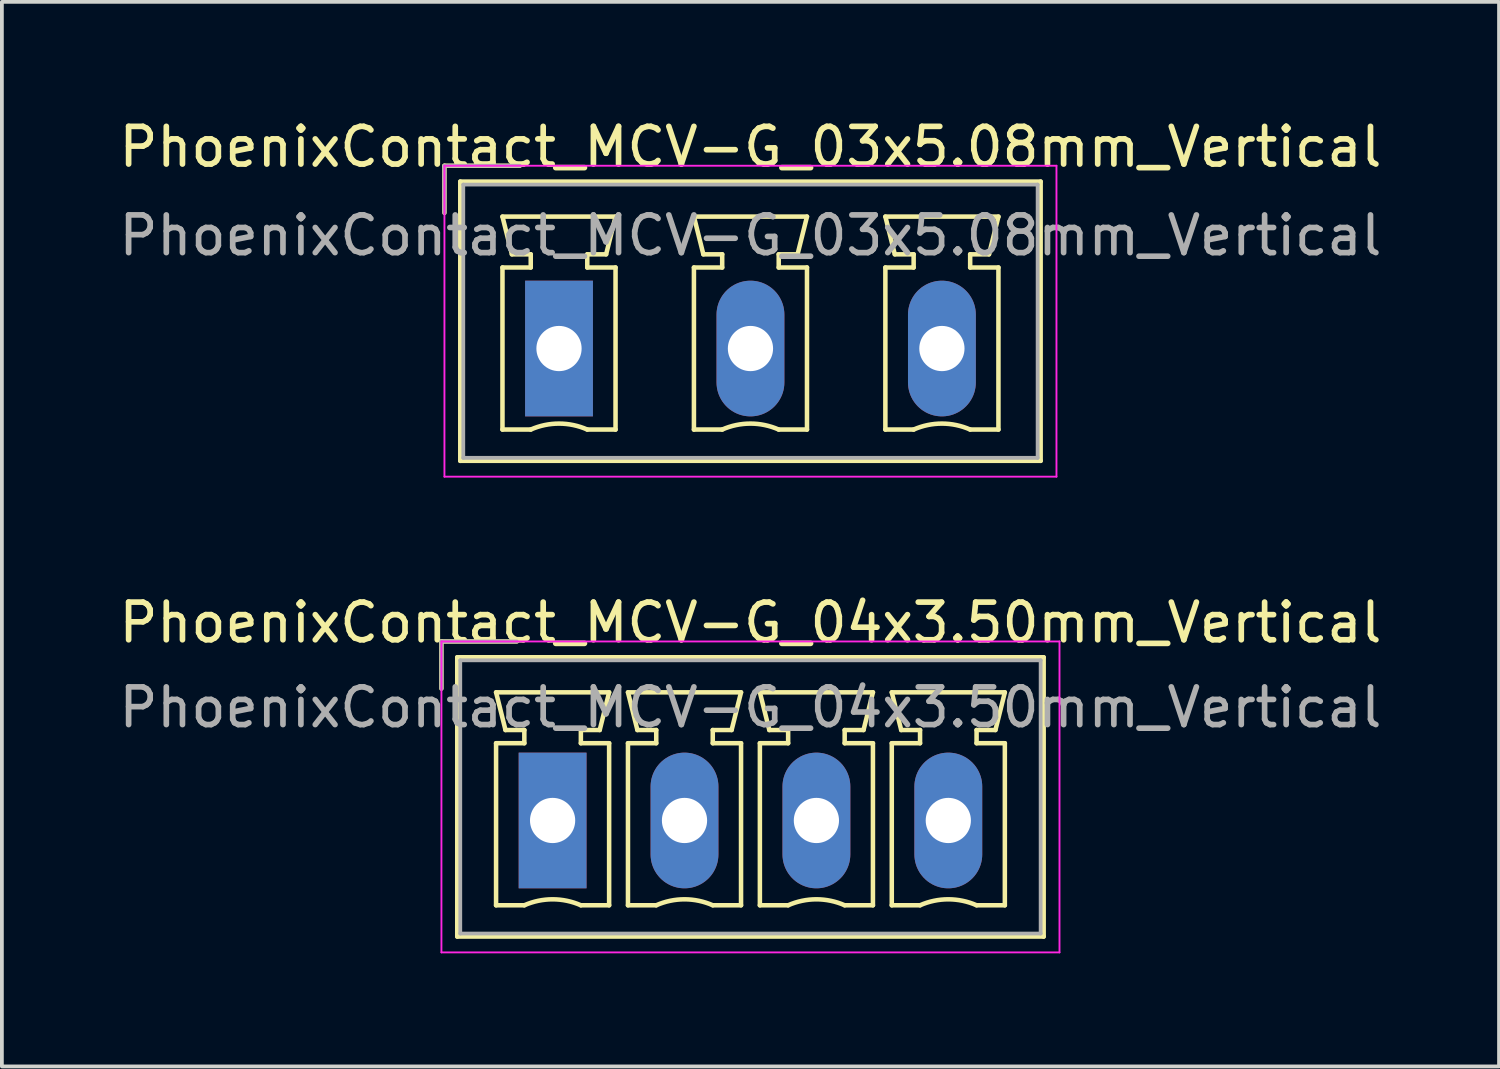
<source format=kicad_pcb>
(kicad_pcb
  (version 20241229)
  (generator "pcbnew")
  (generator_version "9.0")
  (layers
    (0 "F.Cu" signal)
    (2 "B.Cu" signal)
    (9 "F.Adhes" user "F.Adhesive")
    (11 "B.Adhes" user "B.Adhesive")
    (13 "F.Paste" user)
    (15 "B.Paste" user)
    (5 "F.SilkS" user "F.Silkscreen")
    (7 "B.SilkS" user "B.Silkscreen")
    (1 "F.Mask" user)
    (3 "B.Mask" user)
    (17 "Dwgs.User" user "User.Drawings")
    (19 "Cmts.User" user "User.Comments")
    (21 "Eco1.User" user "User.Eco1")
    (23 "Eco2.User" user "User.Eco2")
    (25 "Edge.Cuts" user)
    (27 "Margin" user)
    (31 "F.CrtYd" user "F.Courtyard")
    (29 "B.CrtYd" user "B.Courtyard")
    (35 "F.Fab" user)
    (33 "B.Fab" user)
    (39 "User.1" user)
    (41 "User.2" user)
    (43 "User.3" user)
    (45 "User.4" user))
  (footprint "PhoenixContact_MCV-G_04x3.50mm_Vertical"
    (layer "F.Cu")
    (at 11.613 18.721)
    (property "Reference" "PhoenixContact_MCV-G_04x3.50mm_Vertical" (at 5.25 -5.25 0) (layer "F.SilkS") (effects (font (size 1 1) (thickness 0.15))))
    (attr through_hole)
    (fp_line (start -2.95 -4.75) (end -0.95 -4.75) (stroke (width 0.12) (type solid)) (layer "F.SilkS"))
    (fp_line (start -2.95 -3.5) (end -2.95 -4.75) (stroke (width 0.12) (type solid)) (layer "F.SilkS"))
    (fp_line (start -2.53 -4.33) (end -2.53 3.08) (stroke (width 0.12) (type solid)) (layer "F.SilkS"))
    (fp_line (start -2.53 3.08) (end 13.03 3.08) (stroke (width 0.12) (type solid)) (layer "F.SilkS"))
    (fp_line (start -1.5 -3.4) (end 1.5 -3.4) (stroke (width 0.12) (type solid)) (layer "F.SilkS"))
    (fp_line (start -1.5 -2.05) (end -0.75 -2.05) (stroke (width 0.12) (type solid)) (layer "F.SilkS"))
    (fp_line (start -1.5 2.25) (end -1.5 -2.05) (stroke (width 0.12) (type solid)) (layer "F.SilkS"))
    (fp_line (start -1.25 -2.4) (end -1.5 -3.4) (stroke (width 0.12) (type solid)) (layer "F.SilkS"))
    (fp_line (start -0.75 -2.4) (end -1.25 -2.4) (stroke (width 0.12) (type solid)) (layer "F.SilkS"))
    (fp_line (start -0.75 -2.05) (end -0.75 -2.4) (stroke (width 0.12) (type solid)) (layer "F.SilkS"))
    (fp_line (start -0.75 2.25) (end -1.5 2.25) (stroke (width 0.12) (type solid)) (layer "F.SilkS"))
    (fp_line (start 0.75 -2.4) (end 0.75 -2.05) (stroke (width 0.12) (type solid)) (layer "F.SilkS"))
    (fp_line (start 0.75 -2.05) (end 1.5 -2.05) (stroke (width 0.12) (type solid)) (layer "F.SilkS"))
    (fp_line (start 1.25 -2.4) (end 0.75 -2.4) (stroke (width 0.12) (type solid)) (layer "F.SilkS"))
    (fp_line (start 1.5 -3.4) (end 1.25 -2.4) (stroke (width 0.12) (type solid)) (layer "F.SilkS"))
    (fp_line (start 1.5 -2.05) (end 1.5 2.25) (stroke (width 0.12) (type solid)) (layer "F.SilkS"))
    (fp_line (start 1.5 2.25) (end 0.75 2.25) (stroke (width 0.12) (type solid)) (layer "F.SilkS"))
    (fp_line (start 2 -3.4) (end 5 -3.4) (stroke (width 0.12) (type solid)) (layer "F.SilkS"))
    (fp_line (start 2 -2.05) (end 2.75 -2.05) (stroke (width 0.12) (type solid)) (layer "F.SilkS"))
    (fp_line (start 2 2.25) (end 2 -2.05) (stroke (width 0.12) (type solid)) (layer "F.SilkS"))
    (fp_line (start 2.25 -2.4) (end 2 -3.4) (stroke (width 0.12) (type solid)) (layer "F.SilkS"))
    (fp_line (start 2.75 -2.4) (end 2.25 -2.4) (stroke (width 0.12) (type solid)) (layer "F.SilkS"))
    (fp_line (start 2.75 -2.05) (end 2.75 -2.4) (stroke (width 0.12) (type solid)) (layer "F.SilkS"))
    (fp_line (start 2.75 2.25) (end 2 2.25) (stroke (width 0.12) (type solid)) (layer "F.SilkS"))
    (fp_line (start 4.25 -2.4) (end 4.25 -2.05) (stroke (width 0.12) (type solid)) (layer "F.SilkS"))
    (fp_line (start 4.25 -2.05) (end 5 -2.05) (stroke (width 0.12) (type solid)) (layer "F.SilkS"))
    (fp_line (start 4.75 -2.4) (end 4.25 -2.4) (stroke (width 0.12) (type solid)) (layer "F.SilkS"))
    (fp_line (start 5 -3.4) (end 4.75 -2.4) (stroke (width 0.12) (type solid)) (layer "F.SilkS"))
    (fp_line (start 5 -2.05) (end 5 2.25) (stroke (width 0.12) (type solid)) (layer "F.SilkS"))
    (fp_line (start 5 2.25) (end 4.25 2.25) (stroke (width 0.12) (type solid)) (layer "F.SilkS"))
    (fp_line (start 5.5 -3.4) (end 8.5 -3.4) (stroke (width 0.12) (type solid)) (layer "F.SilkS"))
    (fp_line (start 5.5 -2.05) (end 6.25 -2.05) (stroke (width 0.12) (type solid)) (layer "F.SilkS"))
    (fp_line (start 5.5 2.25) (end 5.5 -2.05) (stroke (width 0.12) (type solid)) (layer "F.SilkS"))
    (fp_line (start 5.75 -2.4) (end 5.5 -3.4) (stroke (width 0.12) (type solid)) (layer "F.SilkS"))
    (fp_line (start 6.25 -2.4) (end 5.75 -2.4) (stroke (width 0.12) (type solid)) (layer "F.SilkS"))
    (fp_line (start 6.25 -2.05) (end 6.25 -2.4) (stroke (width 0.12) (type solid)) (layer "F.SilkS"))
    (fp_line (start 6.25 2.25) (end 5.5 2.25) (stroke (width 0.12) (type solid)) (layer "F.SilkS"))
    (fp_line (start 7.75 -2.4) (end 7.75 -2.05) (stroke (width 0.12) (type solid)) (layer "F.SilkS"))
    (fp_line (start 7.75 -2.05) (end 8.5 -2.05) (stroke (width 0.12) (type solid)) (layer "F.SilkS"))
    (fp_line (start 8.25 -2.4) (end 7.75 -2.4) (stroke (width 0.12) (type solid)) (layer "F.SilkS"))
    (fp_line (start 8.5 -3.4) (end 8.25 -2.4) (stroke (width 0.12) (type solid)) (layer "F.SilkS"))
    (fp_line (start 8.5 -2.05) (end 8.5 2.25) (stroke (width 0.12) (type solid)) (layer "F.SilkS"))
    (fp_line (start 8.5 2.25) (end 7.75 2.25) (stroke (width 0.12) (type solid)) (layer "F.SilkS"))
    (fp_line (start 9 -3.4) (end 12 -3.4) (stroke (width 0.12) (type solid)) (layer "F.SilkS"))
    (fp_line (start 9 -2.05) (end 9.75 -2.05) (stroke (width 0.12) (type solid)) (layer "F.SilkS"))
    (fp_line (start 9 2.25) (end 9 -2.05) (stroke (width 0.12) (type solid)) (layer "F.SilkS"))
    (fp_line (start 9.25 -2.4) (end 9 -3.4) (stroke (width 0.12) (type solid)) (layer "F.SilkS"))
    (fp_line (start 9.75 -2.4) (end 9.25 -2.4) (stroke (width 0.12) (type solid)) (layer "F.SilkS"))
    (fp_line (start 9.75 -2.05) (end 9.75 -2.4) (stroke (width 0.12) (type solid)) (layer "F.SilkS"))
    (fp_line (start 9.75 2.25) (end 9 2.25) (stroke (width 0.12) (type solid)) (layer "F.SilkS"))
    (fp_line (start 11.25 -2.4) (end 11.25 -2.05) (stroke (width 0.12) (type solid)) (layer "F.SilkS"))
    (fp_line (start 11.25 -2.05) (end 12 -2.05) (stroke (width 0.12) (type solid)) (layer "F.SilkS"))
    (fp_line (start 11.75 -2.4) (end 11.25 -2.4) (stroke (width 0.12) (type solid)) (layer "F.SilkS"))
    (fp_line (start 12 -3.4) (end 11.75 -2.4) (stroke (width 0.12) (type solid)) (layer "F.SilkS"))
    (fp_line (start 12 -2.05) (end 12 2.25) (stroke (width 0.12) (type solid)) (layer "F.SilkS"))
    (fp_line (start 12 2.25) (end 11.25 2.25) (stroke (width 0.12) (type solid)) (layer "F.SilkS"))
    (fp_line (start 13.03 -4.33) (end -2.53 -4.33) (stroke (width 0.12) (type solid)) (layer "F.SilkS"))
    (fp_line (start 13.03 3.08) (end 13.03 -4.33) (stroke (width 0.12) (type solid)) (layer "F.SilkS"))
    (fp_arc (start -0.75 2.25) (mid -0.000193 2.09191) (end 0.749647 2.249844) (stroke (width 0.12) (type solid)) (layer "F.SilkS"))
    (fp_arc (start 2.75 2.25) (mid 3.499807 2.09191) (end 4.249647 2.249844) (stroke (width 0.12) (type solid)) (layer "F.SilkS"))
    (fp_arc (start 6.25 2.25) (mid 6.999807 2.09191) (end 7.749647 2.249844) (stroke (width 0.12) (type solid)) (layer "F.SilkS"))
    (fp_arc (start 9.75 2.25) (mid 10.499807 2.09191) (end 11.249647 2.249844) (stroke (width 0.12) (type solid)) (layer "F.SilkS"))
    (fp_line (start -2.95 -4.75) (end -2.95 3.5) (stroke (width 0.05) (type solid)) (layer "F.CrtYd"))
    (fp_line (start -2.95 3.5) (end 13.45 3.5) (stroke (width 0.05) (type solid)) (layer "F.CrtYd"))
    (fp_line (start 13.45 -4.75) (end -2.95 -4.75) (stroke (width 0.05) (type solid)) (layer "F.CrtYd"))
    (fp_line (start 13.45 3.5) (end 13.45 -4.75) (stroke (width 0.05) (type solid)) (layer "F.CrtYd"))
    (fp_line (start -2.95 -4.75) (end -0.95 -4.75) (stroke (width 0.1) (type solid)) (layer "F.Fab"))
    (fp_line (start -2.95 -3.5) (end -2.95 -4.75) (stroke (width 0.1) (type solid)) (layer "F.Fab"))
    (fp_line (start -2.45 -4.25) (end -2.45 3) (stroke (width 0.1) (type solid)) (layer "F.Fab"))
    (fp_line (start -2.45 3) (end 12.95 3) (stroke (width 0.1) (type solid)) (layer "F.Fab"))
    (fp_line (start 12.95 -4.25) (end -2.45 -4.25) (stroke (width 0.1) (type solid)) (layer "F.Fab"))
    (fp_line (start 12.95 3) (end 12.95 -4.25) (stroke (width 0.1) (type solid)) (layer "F.Fab"))
    (fp_text user "${REFERENCE}" (at 5.25 -3 0) (layer "F.Fab") (effects (font (size 1 1) (thickness 0.15))))
    (pad "1" thru_hole rect (at 0 0) (size 1.8 3.6) (drill 1.2) (layers "*.Cu" "*.Mask"))
    (pad "2" thru_hole oval (at 3.5 0) (size 1.8 3.6) (drill 1.2) (layers "*.Cu" "*.Mask"))
    (pad "3" thru_hole oval (at 7 0) (size 1.8 3.6) (drill 1.2) (layers "*.Cu" "*.Mask"))
    (pad "4" thru_hole oval (at 10.5 0) (size 1.8 3.6) (drill 1.2) (layers "*.Cu" "*.Mask")))
  (footprint "PhoenixContact_MCV-G_03x5.08mm_Vertical"
    (layer "F.Cu")
    (at 11.783 6.198)
    (property "Reference" "PhoenixContact_MCV-G_03x5.08mm_Vertical" (at 5.08 -5.35 0) (layer "F.SilkS") (effects (font (size 1 1) (thickness 0.15))))
    (attr through_hole)
    (fp_line (start -3.04 -4.85) (end -1.04 -4.85) (stroke (width 0.12) (type solid)) (layer "F.SilkS"))
    (fp_line (start -3.04 -3.6) (end -3.04 -4.85) (stroke (width 0.12) (type solid)) (layer "F.SilkS"))
    (fp_line (start -2.62 -4.43) (end -2.62 2.98) (stroke (width 0.12) (type solid)) (layer "F.SilkS"))
    (fp_line (start -2.62 2.98) (end 12.78 2.98) (stroke (width 0.12) (type solid)) (layer "F.SilkS"))
    (fp_line (start -1.5 -3.5) (end 1.5 -3.5) (stroke (width 0.12) (type solid)) (layer "F.SilkS"))
    (fp_line (start -1.5 -2.15) (end -0.75 -2.15) (stroke (width 0.12) (type solid)) (layer "F.SilkS"))
    (fp_line (start -1.5 2.15) (end -1.5 -2.15) (stroke (width 0.12) (type solid)) (layer "F.SilkS"))
    (fp_line (start -1.25 -2.5) (end -1.5 -3.5) (stroke (width 0.12) (type solid)) (layer "F.SilkS"))
    (fp_line (start -0.75 -2.5) (end -1.25 -2.5) (stroke (width 0.12) (type solid)) (layer "F.SilkS"))
    (fp_line (start -0.75 -2.15) (end -0.75 -2.5) (stroke (width 0.12) (type solid)) (layer "F.SilkS"))
    (fp_line (start -0.75 2.15) (end -1.5 2.15) (stroke (width 0.12) (type solid)) (layer "F.SilkS"))
    (fp_line (start 0.75 -2.5) (end 0.75 -2.15) (stroke (width 0.12) (type solid)) (layer "F.SilkS"))
    (fp_line (start 0.75 -2.15) (end 1.5 -2.15) (stroke (width 0.12) (type solid)) (layer "F.SilkS"))
    (fp_line (start 1.25 -2.5) (end 0.75 -2.5) (stroke (width 0.12) (type solid)) (layer "F.SilkS"))
    (fp_line (start 1.5 -3.5) (end 1.25 -2.5) (stroke (width 0.12) (type solid)) (layer "F.SilkS"))
    (fp_line (start 1.5 -2.15) (end 1.5 2.15) (stroke (width 0.12) (type solid)) (layer "F.SilkS"))
    (fp_line (start 1.5 2.15) (end 0.75 2.15) (stroke (width 0.12) (type solid)) (layer "F.SilkS"))
    (fp_line (start 3.58 -3.5) (end 6.58 -3.5) (stroke (width 0.12) (type solid)) (layer "F.SilkS"))
    (fp_line (start 3.58 -2.15) (end 4.33 -2.15) (stroke (width 0.12) (type solid)) (layer "F.SilkS"))
    (fp_line (start 3.58 2.15) (end 3.58 -2.15) (stroke (width 0.12) (type solid)) (layer "F.SilkS"))
    (fp_line (start 3.83 -2.5) (end 3.58 -3.5) (stroke (width 0.12) (type solid)) (layer "F.SilkS"))
    (fp_line (start 4.33 -2.5) (end 3.83 -2.5) (stroke (width 0.12) (type solid)) (layer "F.SilkS"))
    (fp_line (start 4.33 -2.15) (end 4.33 -2.5) (stroke (width 0.12) (type solid)) (layer "F.SilkS"))
    (fp_line (start 4.33 2.15) (end 3.58 2.15) (stroke (width 0.12) (type solid)) (layer "F.SilkS"))
    (fp_line (start 5.83 -2.5) (end 5.83 -2.15) (stroke (width 0.12) (type solid)) (layer "F.SilkS"))
    (fp_line (start 5.83 -2.15) (end 6.58 -2.15) (stroke (width 0.12) (type solid)) (layer "F.SilkS"))
    (fp_line (start 6.33 -2.5) (end 5.83 -2.5) (stroke (width 0.12) (type solid)) (layer "F.SilkS"))
    (fp_line (start 6.58 -3.5) (end 6.33 -2.5) (stroke (width 0.12) (type solid)) (layer "F.SilkS"))
    (fp_line (start 6.58 -2.15) (end 6.58 2.15) (stroke (width 0.12) (type solid)) (layer "F.SilkS"))
    (fp_line (start 6.58 2.15) (end 5.83 2.15) (stroke (width 0.12) (type solid)) (layer "F.SilkS"))
    (fp_line (start 8.66 -3.5) (end 11.66 -3.5) (stroke (width 0.12) (type solid)) (layer "F.SilkS"))
    (fp_line (start 8.66 -2.15) (end 9.41 -2.15) (stroke (width 0.12) (type solid)) (layer "F.SilkS"))
    (fp_line (start 8.66 2.15) (end 8.66 -2.15) (stroke (width 0.12) (type solid)) (layer "F.SilkS"))
    (fp_line (start 8.91 -2.5) (end 8.66 -3.5) (stroke (width 0.12) (type solid)) (layer "F.SilkS"))
    (fp_line (start 9.41 -2.5) (end 8.91 -2.5) (stroke (width 0.12) (type solid)) (layer "F.SilkS"))
    (fp_line (start 9.41 -2.15) (end 9.41 -2.5) (stroke (width 0.12) (type solid)) (layer "F.SilkS"))
    (fp_line (start 9.41 2.15) (end 8.66 2.15) (stroke (width 0.12) (type solid)) (layer "F.SilkS"))
    (fp_line (start 10.91 -2.5) (end 10.91 -2.15) (stroke (width 0.12) (type solid)) (layer "F.SilkS"))
    (fp_line (start 10.91 -2.15) (end 11.66 -2.15) (stroke (width 0.12) (type solid)) (layer "F.SilkS"))
    (fp_line (start 11.41 -2.5) (end 10.91 -2.5) (stroke (width 0.12) (type solid)) (layer "F.SilkS"))
    (fp_line (start 11.66 -3.5) (end 11.41 -2.5) (stroke (width 0.12) (type solid)) (layer "F.SilkS"))
    (fp_line (start 11.66 -2.15) (end 11.66 2.15) (stroke (width 0.12) (type solid)) (layer "F.SilkS"))
    (fp_line (start 11.66 2.15) (end 10.91 2.15) (stroke (width 0.12) (type solid)) (layer "F.SilkS"))
    (fp_line (start 12.78 -4.43) (end -2.62 -4.43) (stroke (width 0.12) (type solid)) (layer "F.SilkS"))
    (fp_line (start 12.78 2.98) (end 12.78 -4.43) (stroke (width 0.12) (type solid)) (layer "F.SilkS"))
    (fp_arc (start -0.75 2.15) (mid -0.000193 1.99191) (end 0.749647 2.149844) (stroke (width 0.12) (type solid)) (layer "F.SilkS"))
    (fp_arc (start 4.33 2.15) (mid 5.079807 1.99191) (end 5.829647 2.149844) (stroke (width 0.12) (type solid)) (layer "F.SilkS"))
    (fp_arc (start 9.41 2.15) (mid 10.159807 1.99191) (end 10.909647 2.149844) (stroke (width 0.12) (type solid)) (layer "F.SilkS"))
    (fp_line (start -3.04 -4.85) (end -3.04 3.4) (stroke (width 0.05) (type solid)) (layer "F.CrtYd"))
    (fp_line (start -3.04 3.4) (end 13.2 3.4) (stroke (width 0.05) (type solid)) (layer "F.CrtYd"))
    (fp_line (start 13.2 -4.85) (end -3.04 -4.85) (stroke (width 0.05) (type solid)) (layer "F.CrtYd"))
    (fp_line (start 13.2 3.4) (end 13.2 -4.85) (stroke (width 0.05) (type solid)) (layer "F.CrtYd"))
    (fp_line (start -3.04 -4.85) (end -1.04 -4.85) (stroke (width 0.1) (type solid)) (layer "F.Fab"))
    (fp_line (start -3.04 -3.6) (end -3.04 -4.85) (stroke (width 0.1) (type solid)) (layer "F.Fab"))
    (fp_line (start -2.54 -4.35) (end -2.54 2.9) (stroke (width 0.1) (type solid)) (layer "F.Fab"))
    (fp_line (start -2.54 2.9) (end 12.7 2.9) (stroke (width 0.1) (type solid)) (layer "F.Fab"))
    (fp_line (start 12.7 -4.35) (end -2.54 -4.35) (stroke (width 0.1) (type solid)) (layer "F.Fab"))
    (fp_line (start 12.7 2.9) (end 12.7 -4.35) (stroke (width 0.1) (type solid)) (layer "F.Fab"))
    (fp_text user "${REFERENCE}" (at 5.08 -3 0) (layer "F.Fab") (effects (font (size 1 1) (thickness 0.15))))
    (pad "1" thru_hole rect (at 0 0) (size 1.8 3.6) (drill 1.2) (layers "*.Cu" "*.Mask"))
    (pad "2" thru_hole oval (at 5.08 0) (size 1.8 3.6) (drill 1.2) (layers "*.Cu" "*.Mask"))
    (pad "3" thru_hole oval (at 10.16 0) (size 1.8 3.6) (drill 1.2) (layers "*.Cu" "*.Mask")))
  (gr_rect
    (start -3 -3)
    (end 36.726 25.247)
    (stroke (width 0.1) (type default))
    (fill no)
    (layer "Edge.Cuts")))
</source>
